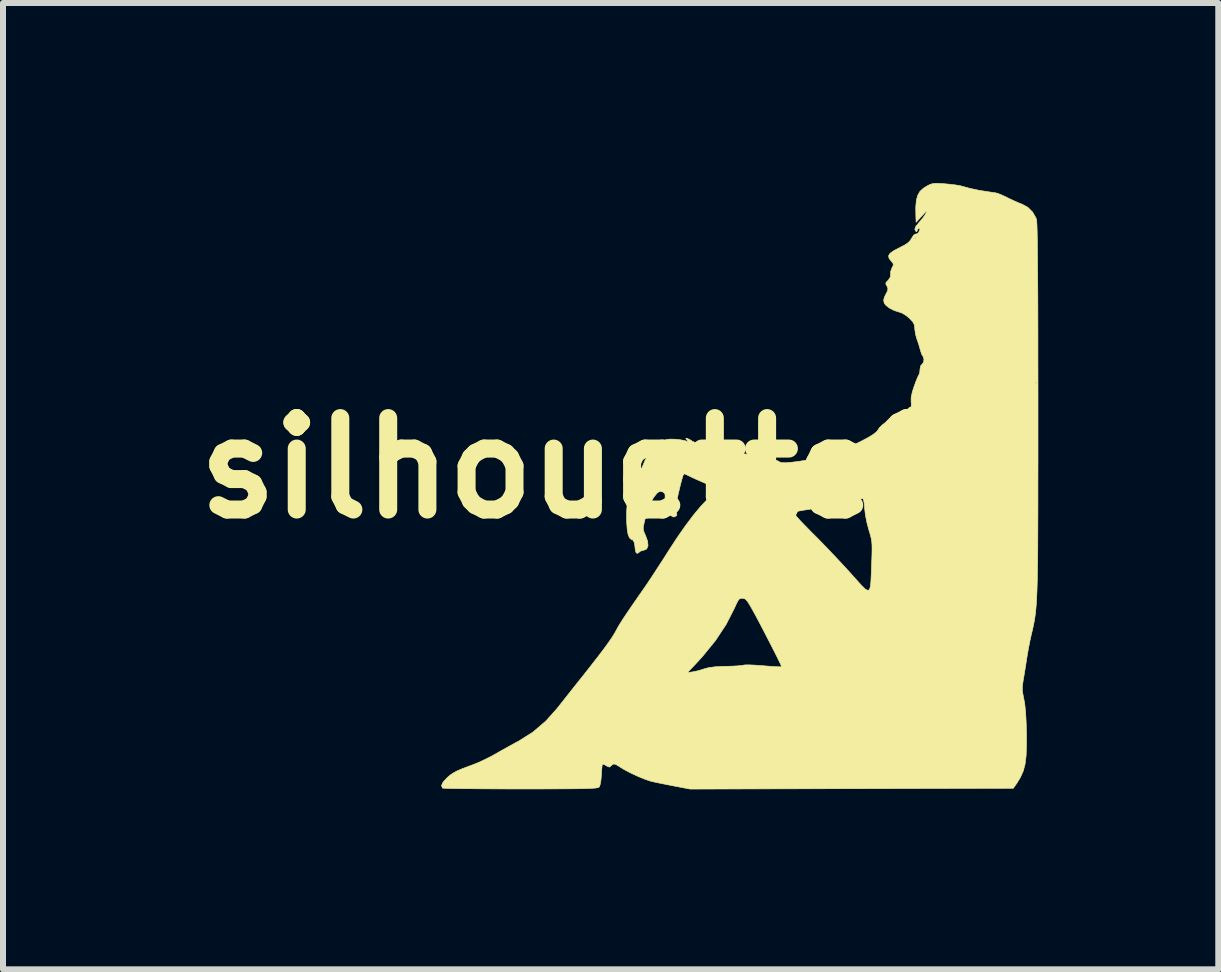
<source format=kicad_pcb>
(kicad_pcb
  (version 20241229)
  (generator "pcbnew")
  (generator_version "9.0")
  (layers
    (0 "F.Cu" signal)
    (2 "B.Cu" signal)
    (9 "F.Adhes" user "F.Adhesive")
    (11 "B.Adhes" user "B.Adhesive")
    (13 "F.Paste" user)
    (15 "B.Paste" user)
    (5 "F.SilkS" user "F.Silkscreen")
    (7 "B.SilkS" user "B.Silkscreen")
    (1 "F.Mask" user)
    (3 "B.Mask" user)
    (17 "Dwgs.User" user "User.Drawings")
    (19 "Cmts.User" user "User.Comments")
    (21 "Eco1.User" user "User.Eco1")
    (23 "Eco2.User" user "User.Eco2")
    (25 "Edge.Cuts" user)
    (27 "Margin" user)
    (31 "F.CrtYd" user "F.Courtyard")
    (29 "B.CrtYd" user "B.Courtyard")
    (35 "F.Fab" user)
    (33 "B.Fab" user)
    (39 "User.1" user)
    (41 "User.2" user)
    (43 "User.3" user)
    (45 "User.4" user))
  (footprint "silhouette2"
    (layer "F.Cu")
    (at 6.648 4.751)
    (property "Reference" "silhouette2" (at 0 0 0) (layer "F.SilkS") (effects (font (size 1.524 1.524) (thickness 0.3))))
    (attr through_hole)
    (fp_poly (pts (xy 5.962 -4.744) (xy 6.04 -4.739) (xy 6.138 -4.73) (xy 6.227 -4.719) (xy 6.291 -4.708) (xy 6.306 -4.705) (xy 6.461 -4.663) (xy 6.605 -4.632) (xy 6.704 -4.616) (xy 6.788 -4.603) (xy 6.859 -4.592) (xy 6.902 -4.586) (xy 6.943 -4.573) (xy 7.009 -4.545) (xy 7.088 -4.508) (xy 7.101 -4.501) (xy 7.187 -4.46) (xy 7.27 -4.423) (xy 7.331 -4.399) (xy 7.334 -4.398) (xy 7.428 -4.347) (xy 7.509 -4.267) (xy 7.564 -4.17) (xy 7.574 -4.141) (xy 7.577 -4.11) (xy 7.581 -4.044) (xy 7.584 -3.943) (xy 7.587 -3.806) (xy 7.589 -3.631) (xy 7.591 -3.419) (xy 7.593 -3.169) (xy 7.595 -2.879) (xy 7.596 -2.549) (xy 7.597 -2.178) (xy 7.597 -1.764) (xy 7.598 -1.308) (xy 7.598 -0.985) (xy 7.598 -0.539) (xy 7.598 -0.134) (xy 7.597 0.23) (xy 7.597 0.558) (xy 7.596 0.851) (xy 7.595 1.112) (xy 7.594 1.343) (xy 7.592 1.546) (xy 7.589 1.724) (xy 7.586 1.88) (xy 7.582 2.015) (xy 7.577 2.132) (xy 7.572 2.234) (xy 7.565 2.322) (xy 7.558 2.399) (xy 7.549 2.468) (xy 7.539 2.531) (xy 7.528 2.59) (xy 7.516 2.647) (xy 7.503 2.706) (xy 7.488 2.768) (xy 7.487 2.772) (xy 7.464 2.877) (xy 7.439 3.004) (xy 7.417 3.13) (xy 7.411 3.169) (xy 7.393 3.285) (xy 7.374 3.403) (xy 7.357 3.506) (xy 7.351 3.539) (xy 7.337 3.635) (xy 7.337 3.712) (xy 7.351 3.789) (xy 7.354 3.804) (xy 7.376 3.918) (xy 7.392 4.07) (xy 7.402 4.256) (xy 7.407 4.47) (xy 7.406 4.623) (xy 7.4 4.794) (xy 7.383 4.932) (xy 7.352 5.048) (xy 7.305 5.153) (xy 7.248 5.246) (xy 7.187 5.334) (xy 1.8 5.347) (xy 1.502 5.29) (xy 1.386 5.267) (xy 1.281 5.246) (xy 1.197 5.228) (xy 1.143 5.215) (xy 1.137 5.214) (xy 1.04 5.18) (xy 0.926 5.133) (xy 0.812 5.08) (xy 0.712 5.028) (xy 0.653 4.992) (xy 0.585 4.949) (xy 0.542 4.93) (xy 0.513 4.934) (xy 0.486 4.958) (xy 0.485 4.959) (xy 0.461 4.98) (xy 0.432 4.974) (xy 0.404 4.957) (xy 0.362 4.935) (xy 0.34 4.931) (xy 0.335 4.956) (xy 0.329 5.014) (xy 0.324 5.093) (xy 0.323 5.109) (xy 0.316 5.195) (xy 0.304 5.266) (xy 0.29 5.308) (xy 0.288 5.311) (xy 0.278 5.318) (xy 0.258 5.325) (xy 0.225 5.33) (xy 0.176 5.334) (xy 0.108 5.337) (xy 0.017 5.34) (xy -0.1 5.342) (xy -0.247 5.343) (xy -0.427 5.344) (xy -0.642 5.345) (xy -0.897 5.345) (xy -1.026 5.345) (xy -1.26 5.345) (xy -1.481 5.344) (xy -1.685 5.343) (xy -1.868 5.341) (xy -2.025 5.34) (xy -2.154 5.338) (xy -2.25 5.335) (xy -2.308 5.333) (xy -2.326 5.33) (xy -2.341 5.288) (xy -2.315 5.231) (xy -2.251 5.161) (xy -2.201 5.117) (xy -2.147 5.08) (xy -2.082 5.045) (xy -1.996 5.008) (xy -1.88 4.964) (xy -1.811 4.939) (xy -1.713 4.899) (xy -1.599 4.845) (xy -1.488 4.788) (xy -1.458 4.771) (xy -1.353 4.711) (xy -1.229 4.642) (xy -1.106 4.574) (xy -1.051 4.545) (xy -0.817 4.397) (xy -0.601 4.212) (xy -0.42 4.009) (xy -0.376 3.954) (xy -0.311 3.872) (xy -0.23 3.769) (xy -0.138 3.653) (xy -0.04 3.53) (xy -0.002 3.482) (xy 0.058 3.407) (xy 1.756 3.407) (xy 1.851 3.393) (xy 1.936 3.375) (xy 2.024 3.348) (xy 2.038 3.343) (xy 2.115 3.323) (xy 2.226 3.309) (xy 2.376 3.302) (xy 2.399 3.302) (xy 2.505 3.299) (xy 2.595 3.294) (xy 2.661 3.288) (xy 2.692 3.282) (xy 2.692 3.282) (xy 2.722 3.278) (xy 2.788 3.278) (xy 2.879 3.282) (xy 2.988 3.29) (xy 3.016 3.292) (xy 3.126 3.301) (xy 3.22 3.307) (xy 3.288 3.31) (xy 3.322 3.309) (xy 3.325 3.309) (xy 3.318 3.287) (xy 3.292 3.232) (xy 3.251 3.148) (xy 3.196 3.039) (xy 3.131 2.912) (xy 3.058 2.77) (xy 3.041 2.737) (xy 2.956 2.574) (xy 2.888 2.446) (xy 2.834 2.348) (xy 2.793 2.277) (xy 2.762 2.228) (xy 2.737 2.197) (xy 2.716 2.179) (xy 2.697 2.171) (xy 2.681 2.169) (xy 2.648 2.168) (xy 2.623 2.179) (xy 2.599 2.209) (xy 2.57 2.266) (xy 2.541 2.331) (xy 2.402 2.603) (xy 2.225 2.871) (xy 2.006 3.14) (xy 1.89 3.266) (xy 1.756 3.407) (xy 0.058 3.407) (xy 0.144 3.297) (xy 0.265 3.142) (xy 0.362 3.014) (xy 0.44 2.907) (xy 0.5 2.82) (xy 0.545 2.747) (xy 0.576 2.691) (xy 0.602 2.643) (xy 0.639 2.582) (xy 0.689 2.504) (xy 0.755 2.405) (xy 0.839 2.282) (xy 0.944 2.13) (xy 1.028 2.01) (xy 1.093 1.915) (xy 1.174 1.793) (xy 1.263 1.656) (xy 1.355 1.515) (xy 1.433 1.391) (xy 1.583 1.161) (xy 1.726 0.956) (xy 1.861 0.777) (xy 1.891 0.741) (xy 3.532 0.741) (xy 3.54 0.76) (xy 3.576 0.806) (xy 3.635 0.873) (xy 3.716 0.957) (xy 3.812 1.055) (xy 3.825 1.068) (xy 3.946 1.189) (xy 4.084 1.332) (xy 4.227 1.482) (xy 4.363 1.628) (xy 4.462 1.736) (xy 4.573 1.86) (xy 4.657 1.953) (xy 4.718 2.013) (xy 4.761 2.037) (xy 4.788 2.026) (xy 4.805 1.976) (xy 4.814 1.888) (xy 4.82 1.758) (xy 4.826 1.592) (xy 4.831 1.456) (xy 4.833 1.354) (xy 4.832 1.277) (xy 4.827 1.214) (xy 4.816 1.156) (xy 4.799 1.093) (xy 4.779 1.027) (xy 4.748 0.91) (xy 4.723 0.786) (xy 4.71 0.679) (xy 4.709 0.668) (xy 4.703 0.59) (xy 4.692 0.534) (xy 4.681 0.508) (xy 4.68 0.508) (xy 4.644 0.513) (xy 4.566 0.528) (xy 4.448 0.553) (xy 4.289 0.587) (xy 4.141 0.619) (xy 4.031 0.642) (xy 3.916 0.664) (xy 3.817 0.681) (xy 3.799 0.684) (xy 3.687 0.701) (xy 3.611 0.715) (xy 3.562 0.728) (xy 3.532 0.741) (xy 1.891 0.741) (xy 1.985 0.629) (xy 2.096 0.513) (xy 2.191 0.433) (xy 2.236 0.406) (xy 2.275 0.379) (xy 2.285 0.357) (xy 2.283 0.355) (xy 2.255 0.339) (xy 2.197 0.312) (xy 2.119 0.278) (xy 2.087 0.266) (xy 1.989 0.224) (xy 1.892 0.181) (xy 1.813 0.144) (xy 1.803 0.139) (xy 1.744 0.111) (xy 1.703 0.094) (xy 1.692 0.092) (xy 1.682 0.122) (xy 1.665 0.183) (xy 1.643 0.265) (xy 1.621 0.356) (xy 1.6 0.445) (xy 1.584 0.522) (xy 1.574 0.573) (xy 1.573 0.58) (xy 1.562 0.63) (xy 1.546 0.65) (xy 1.542 0.649) (xy 1.537 0.657) (xy 1.55 0.693) (xy 1.557 0.707) (xy 1.58 0.758) (xy 1.578 0.785) (xy 1.565 0.798) (xy 1.537 0.812) (xy 1.513 0.811) (xy 1.48 0.788) (xy 1.438 0.75) (xy 1.397 0.71) (xy 1.376 0.676) (xy 1.372 0.631) (xy 1.378 0.561) (xy 1.379 0.552) (xy 1.385 0.478) (xy 1.383 0.435) (xy 1.368 0.411) (xy 1.346 0.397) (xy 1.307 0.385) (xy 1.271 0.4) (xy 1.245 0.422) (xy 1.187 0.497) (xy 1.131 0.607) (xy 1.08 0.743) (xy 1.048 0.858) (xy 1.029 0.941) (xy 1.02 0.996) (xy 1.024 1.038) (xy 1.039 1.08) (xy 1.057 1.118) (xy 1.093 1.216) (xy 1.1 1.293) (xy 1.078 1.346) (xy 1.028 1.369) (xy 1.014 1.369) (xy 0.97 1.385) (xy 0.949 1.404) (xy 0.919 1.422) (xy 0.897 1.4) (xy 0.885 1.342) (xy 0.883 1.314) (xy 0.872 1.241) (xy 0.844 1.194) (xy 0.813 1.182) (xy 0.792 1.162) (xy 0.771 1.113) (xy 0.763 1.082) (xy 0.752 1.007) (xy 0.745 0.913) (xy 0.742 0.812) (xy 0.744 0.716) (xy 0.75 0.635) (xy 0.761 0.582) (xy 0.767 0.571) (xy 0.786 0.531) (xy 0.804 0.469) (xy 0.807 0.453) (xy 0.823 0.395) (xy 0.826 0.387) (xy 0.839 0.387) (xy 0.85 0.398) (xy 0.861 0.387) (xy 0.85 0.375) (xy 0.839 0.387) (xy 0.826 0.387) (xy 0.854 0.311) (xy 0.895 0.215) (xy 0.923 0.155) (xy 0.965 0.065) (xy 1 -0.01) (xy 1.022 -0.063) (xy 1.029 -0.081) (xy 1.054 -0.14) (xy 1.107 -0.215) (xy 1.176 -0.296) (xy 1.253 -0.372) (xy 1.328 -0.434) (xy 1.392 -0.473) (xy 1.408 -0.478) (xy 1.468 -0.484) (xy 1.552 -0.482) (xy 1.639 -0.473) (xy 1.712 -0.459) (xy 1.734 -0.452) (xy 1.764 -0.442) (xy 1.759 -0.457) (xy 1.747 -0.471) (xy 1.729 -0.498) (xy 1.743 -0.499) (xy 1.758 -0.494) (xy 1.812 -0.467) (xy 1.833 -0.451) (xy 1.869 -0.434) (xy 1.938 -0.411) (xy 2.03 -0.384) (xy 2.135 -0.357) (xy 2.243 -0.331) (xy 2.344 -0.309) (xy 2.428 -0.293) (xy 2.485 -0.287) (xy 2.488 -0.287) (xy 2.538 -0.281) (xy 2.562 -0.267) (xy 2.562 -0.265) (xy 2.582 -0.251) (xy 2.631 -0.243) (xy 2.656 -0.242) (xy 2.74 -0.234) (xy 2.823 -0.215) (xy 2.833 -0.211) (xy 2.886 -0.197) (xy 2.914 -0.199) (xy 2.915 -0.203) (xy 2.934 -0.212) (xy 2.983 -0.208) (xy 3.052 -0.194) (xy 3.13 -0.172) (xy 3.205 -0.146) (xy 3.268 -0.118) (xy 3.292 -0.103) (xy 3.33 -0.092) (xy 3.397 -0.09) (xy 3.499 -0.099) (xy 3.636 -0.117) (xy 3.812 -0.146) (xy 3.921 -0.165) (xy 4.018 -0.189) (xy 4.134 -0.226) (xy 4.264 -0.275) (xy 4.398 -0.33) (xy 4.531 -0.39) (xy 4.656 -0.451) (xy 4.765 -0.509) (xy 4.851 -0.562) (xy 4.908 -0.606) (xy 4.926 -0.629) (xy 4.955 -0.673) (xy 5.003 -0.72) (xy 5.006 -0.723) (xy 5.058 -0.763) (xy 5.127 -0.817) (xy 5.183 -0.861) (xy 5.252 -0.909) (xy 5.306 -0.935) (xy 5.33 -0.937) (xy 5.369 -0.943) (xy 5.415 -0.976) (xy 5.454 -1.009) (xy 5.48 -1.022) (xy 5.481 -1.022) (xy 5.487 -1.038) (xy 5.486 -1.084) (xy 5.484 -1.104) (xy 5.484 -1.177) (xy 5.504 -1.271) (xy 5.534 -1.363) (xy 5.557 -1.425) (xy 7.554 -1.425) (xy 7.565 -1.414) (xy 7.576 -1.425) (xy 7.565 -1.436) (xy 7.554 -1.425) (xy 5.557 -1.425) (xy 5.564 -1.445) (xy 5.591 -1.512) (xy 5.61 -1.551) (xy 5.614 -1.556) (xy 5.627 -1.591) (xy 5.632 -1.647) (xy 5.632 -1.648) (xy 5.642 -1.704) (xy 5.665 -1.731) (xy 5.69 -1.761) (xy 5.698 -1.81) (xy 5.686 -1.857) (xy 5.678 -1.867) (xy 5.659 -1.901) (xy 5.64 -1.959) (xy 5.635 -1.977) (xy 5.612 -2.059) (xy 5.583 -2.144) (xy 5.579 -2.153) (xy 5.557 -2.234) (xy 5.545 -2.317) (xy 5.545 -2.328) (xy 5.538 -2.388) (xy 5.512 -2.437) (xy 5.46 -2.494) (xy 5.457 -2.497) (xy 5.394 -2.548) (xy 5.331 -2.585) (xy 5.303 -2.595) (xy 5.207 -2.625) (xy 5.122 -2.668) (xy 5.06 -2.717) (xy 5.035 -2.753) (xy 5.026 -2.8) (xy 5.04 -2.853) (xy 5.062 -2.897) (xy 5.092 -2.956) (xy 5.097 -2.996) (xy 5.085 -3.027) (xy 5.063 -3.066) (xy 5.065 -3.093) (xy 5.096 -3.126) (xy 5.105 -3.134) (xy 5.14 -3.189) (xy 5.14 -3.225) (xy 5.142 -3.276) (xy 5.164 -3.334) (xy 5.164 -3.335) (xy 5.187 -3.381) (xy 5.183 -3.412) (xy 5.152 -3.451) (xy 5.149 -3.453) (xy 5.114 -3.501) (xy 5.109 -3.542) (xy 5.136 -3.583) (xy 5.2 -3.627) (xy 5.285 -3.671) (xy 5.376 -3.718) (xy 5.435 -3.758) (xy 5.473 -3.798) (xy 5.493 -3.832) (xy 5.544 -3.832) (xy 5.555 -3.821) (xy 5.566 -3.832) (xy 5.555 -3.843) (xy 5.544 -3.832) (xy 5.493 -3.832) (xy 5.493 -3.832) (xy 5.525 -3.882) (xy 5.554 -3.901) (xy 5.559 -3.9) (xy 5.59 -3.908) (xy 5.61 -3.931) (xy 5.63 -3.977) (xy 5.624 -3.996) (xy 5.61 -3.998) (xy 5.591 -3.98) (xy 5.588 -3.963) (xy 5.577 -3.94) (xy 5.566 -3.943) (xy 5.545 -3.977) (xy 5.563 -4.03) (xy 5.616 -4.094) (xy 5.671 -4.158) (xy 5.719 -4.227) (xy 5.728 -4.243) (xy 5.745 -4.278) (xy 5.745 -4.287) (xy 5.722 -4.267) (xy 5.675 -4.215) (xy 5.667 -4.208) (xy 5.567 -4.097) (xy 5.563 -4.197) (xy 5.561 -4.347) (xy 5.571 -4.462) (xy 5.594 -4.548) (xy 5.633 -4.614) (xy 5.692 -4.667) (xy 5.742 -4.698) (xy 5.793 -4.725) (xy 5.838 -4.74) (xy 5.89 -4.746) (xy 5.962 -4.744)) (stroke (width 0.01) (type solid)) (fill yes) (layer "F.SilkS")))
  (gr_rect
    (start -3 -3)
    (end 17.25 13.102)
    (stroke (width 0.1) (type default))
    (fill no)
    (layer "Edge.Cuts")))
</source>
